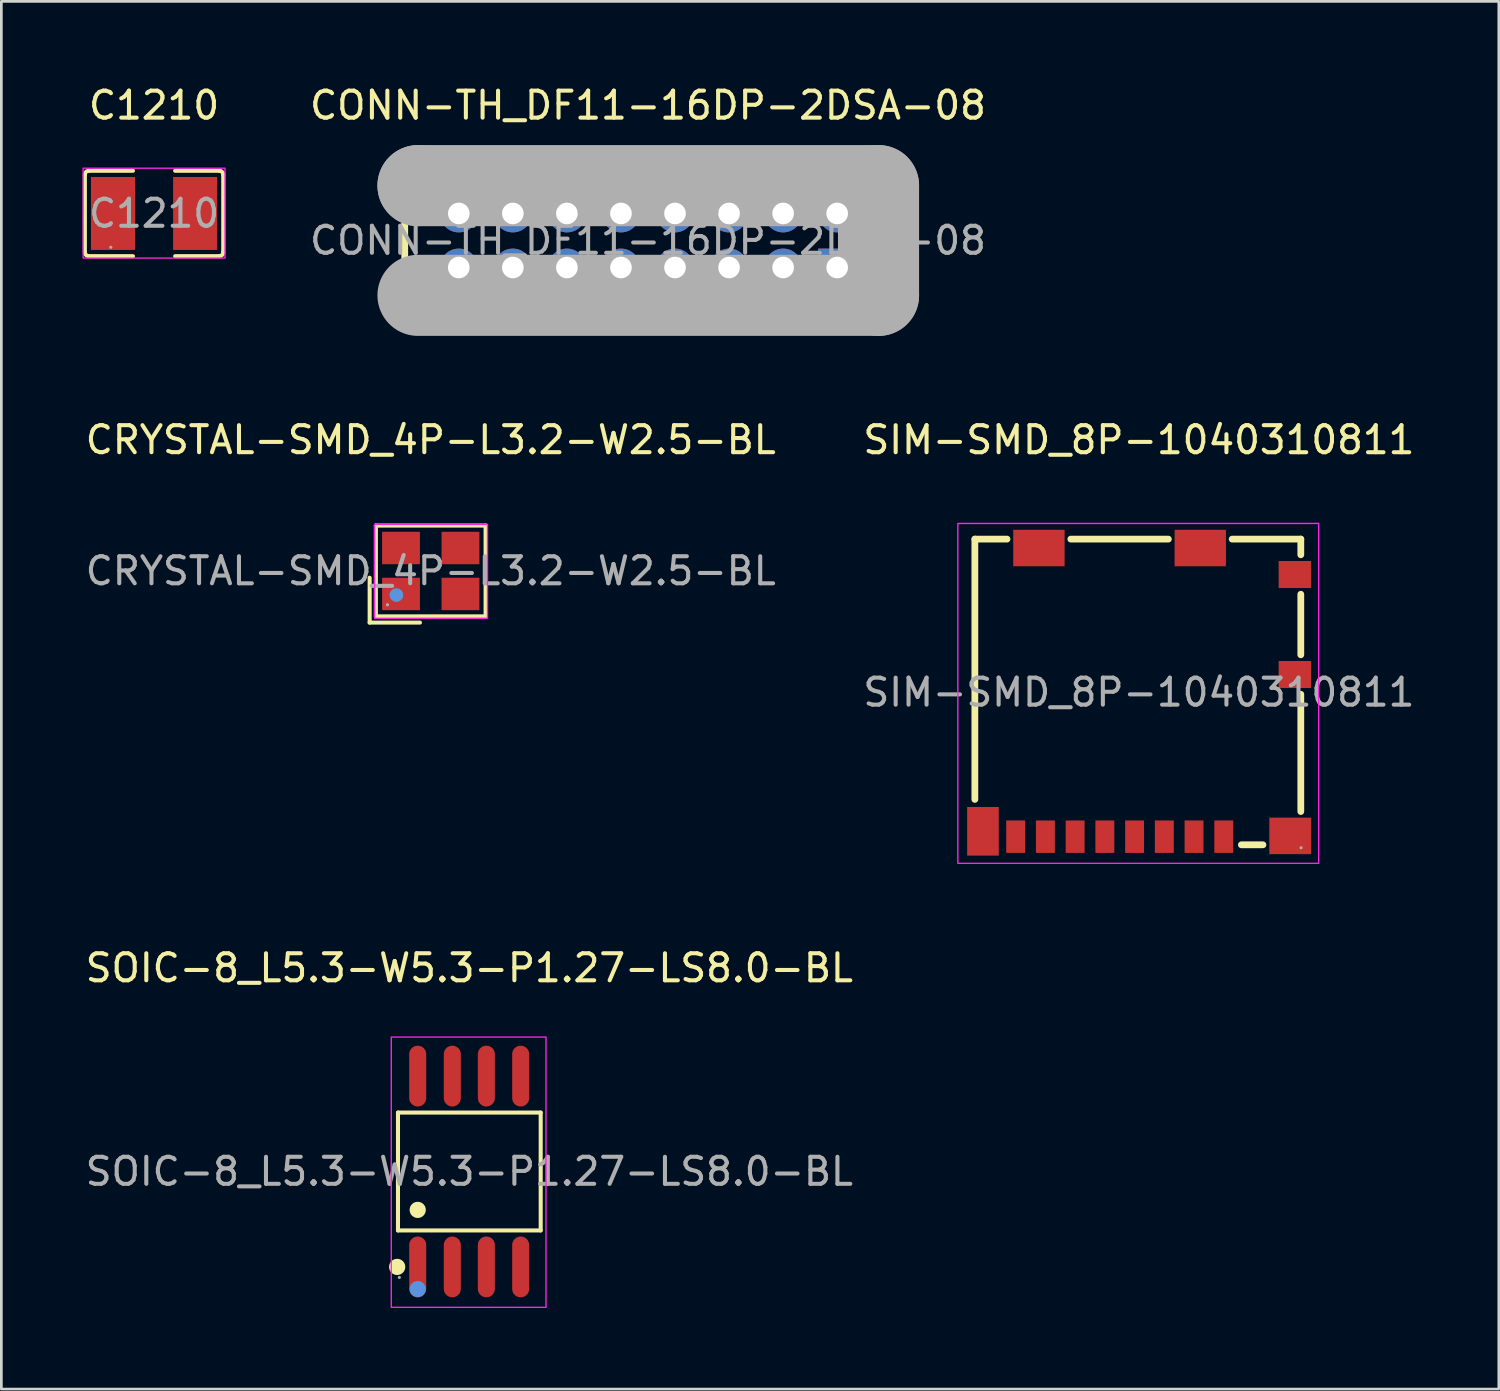
<source format=kicad_pcb>
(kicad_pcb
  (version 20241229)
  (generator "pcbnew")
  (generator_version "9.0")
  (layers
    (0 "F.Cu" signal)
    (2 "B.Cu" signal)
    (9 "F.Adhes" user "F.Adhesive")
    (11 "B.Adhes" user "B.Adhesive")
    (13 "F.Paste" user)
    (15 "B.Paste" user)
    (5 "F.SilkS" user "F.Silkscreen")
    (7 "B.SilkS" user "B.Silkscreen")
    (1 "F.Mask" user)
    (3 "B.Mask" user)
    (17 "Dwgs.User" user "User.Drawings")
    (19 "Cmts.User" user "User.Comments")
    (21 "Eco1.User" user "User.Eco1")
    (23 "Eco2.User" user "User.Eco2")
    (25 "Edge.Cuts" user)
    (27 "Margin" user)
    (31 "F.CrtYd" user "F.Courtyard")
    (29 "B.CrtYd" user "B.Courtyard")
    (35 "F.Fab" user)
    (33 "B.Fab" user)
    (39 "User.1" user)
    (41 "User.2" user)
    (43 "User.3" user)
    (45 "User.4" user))
  (footprint "SOIC-8_L5.3-W5.3-P1.27-LS8.0-BL"
    (layer "F.Cu")
    (at 14.315 40.295)
    (property "Reference" "SOIC-8_L5.3-W5.3-P1.27-LS8.0-BL" (at 0 -7.53 0) (layer "F.SilkS") (effects (font (size 1 1) (thickness 0.15))))
    (attr smd)
    (fp_line (start -2.64 -2.18) (end 2.64 -2.18) (stroke (width 0.15) (type solid)) (layer "F.SilkS"))
    (fp_line (start -2.64 2.18) (end -2.64 -2.18) (stroke (width 0.15) (type solid)) (layer "F.SilkS"))
    (fp_line (start 2.64 -2.18) (end 2.64 2.18) (stroke (width 0.15) (type solid)) (layer "F.SilkS"))
    (fp_line (start 2.64 2.18) (end -2.64 2.18) (stroke (width 0.15) (type solid)) (layer "F.SilkS"))
    (fp_circle (center -2.67 3.53) (end -2.52 3.53) (stroke (width 0.3) (type solid)) (fill no) (layer "F.SilkS"))
    (fp_circle (center -1.91 1.42) (end -1.76 1.42) (stroke (width 0.3) (type solid)) (fill no) (layer "F.SilkS"))
    (fp_circle (center -1.91 4.35) (end -1.76 4.35) (stroke (width 0.3) (type solid)) (fill no) (layer "Cmts.User"))
    (fp_rect (start -2.888 -4.975) (end 2.837 5.025) (stroke (width 0.05) (type default)) (fill no) (layer "F.CrtYd"))
    (fp_circle (center -2.59 3.92) (end -2.56 3.92) (stroke (width 0.06) (type solid)) (fill no) (layer "F.Fab"))
    (fp_text user "${REFERENCE}" (at 0 0 0) (layer "F.Fab") (effects (font (size 1 1) (thickness 0.15))))
    (pad "1" smd oval (at -1.91 3.53) (size 0.63 2.25) (layers "F.Cu" "F.Mask" "F.Paste"))
    (pad "2" smd oval (at -0.63 3.53) (size 0.63 2.25) (layers "F.Cu" "F.Mask" "F.Paste"))
    (pad "3" smd oval (at 0.63 3.53) (size 0.63 2.25) (layers "F.Cu" "F.Mask" "F.Paste"))
    (pad "4" smd oval (at 1.9 3.53) (size 0.63 2.25) (layers "F.Cu" "F.Mask" "F.Paste"))
    (pad "5" smd oval (at 1.9 -3.53) (size 0.63 2.25) (layers "F.Cu" "F.Mask" "F.Paste"))
    (pad "6" smd oval (at 0.63 -3.53) (size 0.63 2.25) (layers "F.Cu" "F.Mask" "F.Paste"))
    (pad "7" smd oval (at -0.63 -3.53) (size 0.63 2.25) (layers "F.Cu" "F.Mask" "F.Paste"))
    (pad "8" smd oval (at -1.91 -3.53) (size 0.63 2.25) (layers "F.Cu" "F.Mask" "F.Paste")))
  (footprint "SIM-SMD_8P-1040310811"
    (layer "F.Cu")
    (at 39.089 22.567)
    (property "Reference" "SIM-SMD_8P-1040310811" (at 0 -9.34 0) (layer "F.SilkS") (effects (font (size 1 1) (thickness 0.15))))
    (attr smd)
    (fp_line (start -6.07 -5.67) (end -4.88 -5.67) (stroke (width 0.25) (type solid)) (layer "F.SilkS"))
    (fp_line (start -6.07 3.96) (end -6.07 -5.67) (stroke (width 0.25) (type solid)) (layer "F.SilkS"))
    (fp_line (start -2.52 -5.67) (end 1.09 -5.67) (stroke (width 0.25) (type solid)) (layer "F.SilkS"))
    (fp_line (start 3.45 -5.67) (end 5.99 -5.67) (stroke (width 0.25) (type solid)) (layer "F.SilkS"))
    (fp_line (start 3.79 5.64) (end 4.59 5.64) (stroke (width 0.25) (type solid)) (layer "F.SilkS"))
    (fp_line (start 5.99 -5.67) (end 5.99 -5.09) (stroke (width 0.25) (type solid)) (layer "F.SilkS"))
    (fp_line (start 5.99 -3.63) (end 5.99 -1.39) (stroke (width 0.25) (type solid)) (layer "F.SilkS"))
    (fp_line (start 5.99 0.07) (end 5.99 4.41) (stroke (width 0.25) (type solid)) (layer "F.SilkS"))
    (fp_rect (start -6.7 -6.25) (end 6.65 6.325) (stroke (width 0.05) (type default)) (fill no) (layer "F.CrtYd"))
    (fp_circle (center 6 5.75) (end 6.03 5.75) (stroke (width 0.06) (type solid)) (fill no) (layer "F.Fab"))
    (fp_text user "${REFERENCE}" (at 0 0 0) (layer "F.Fab") (effects (font (size 1 1) (thickness 0.15))))
    (pad "1" smd rect (at 3.14 5.34) (size 0.7 1.2) (layers "F.Cu" "F.Mask" "F.Paste"))
    (pad "2" smd rect (at 2.04 5.34) (size 0.7 1.2) (layers "F.Cu" "F.Mask" "F.Paste"))
    (pad "3" smd rect (at 0.94 5.34) (size 0.7 1.2) (layers "F.Cu" "F.Mask" "F.Paste"))
    (pad "4" smd rect (at -0.16 5.34) (size 0.7 1.2) (layers "F.Cu" "F.Mask" "F.Paste"))
    (pad "5" smd rect (at -1.26 5.34) (size 0.7 1.2) (layers "F.Cu" "F.Mask" "F.Paste"))
    (pad "6" smd rect (at -2.36 5.34) (size 0.7 1.2) (layers "F.Cu" "F.Mask" "F.Paste"))
    (pad "7" smd rect (at -3.46 5.34) (size 0.7 1.2) (layers "F.Cu" "F.Mask" "F.Paste"))
    (pad "8" smd rect (at -4.56 5.34) (size 0.7 1.2) (layers "F.Cu" "F.Mask" "F.Paste"))
    (pad "9" smd rect (at -5.77 5.14) (size 1.17 1.8) (layers "F.Cu" "F.Mask" "F.Paste"))
    (pad "10" smd rect (at 5.6 5.31) (size 1.55 1.35) (layers "F.Cu" "F.Mask" "F.Paste"))
    (pad "11" smd rect (at 5.77 -0.66) (size 1.2 1) (layers "F.Cu" "F.Mask" "F.Paste"))
    (pad "12" smd rect (at 5.77 -4.36) (size 1.2 1) (layers "F.Cu" "F.Mask" "F.Paste"))
    (pad "13" smd rect (at 2.27 -5.34) (size 1.9 1.35) (layers "F.Cu" "F.Mask" "F.Paste"))
    (pad "14" smd rect (at -3.7 -5.34) (size 1.9 1.35) (layers "F.Cu" "F.Mask" "F.Paste")))
  (footprint "CRYSTAL-SMD_4P-L3.2-W2.5-BL"
    (layer "F.Cu")
    (at 12.887 18.076)
    (property "Reference" "CRYSTAL-SMD_4P-L3.2-W2.5-BL" (at 0 -4.85 0) (layer "F.SilkS") (effects (font (size 1 1) (thickness 0.15))))
    (attr smd)
    (fp_line (start -2.26 0.25) (end -2.26 1.91) (stroke (width 0.15) (type solid)) (layer "F.SilkS"))
    (fp_line (start -2.26 1.91) (end -0.4 1.91) (stroke (width 0.15) (type solid)) (layer "F.SilkS"))
    (fp_line (start -2.03 -1.68) (end 2.03 -1.68) (stroke (width 0.15) (type solid)) (layer "F.SilkS"))
    (fp_line (start -2.03 1.68) (end -2.03 -1.68) (stroke (width 0.15) (type solid)) (layer "F.SilkS"))
    (fp_line (start 2.03 -1.68) (end 2.03 1.68) (stroke (width 0.15) (type solid)) (layer "F.SilkS"))
    (fp_line (start 2.03 1.68) (end -2.03 1.68) (stroke (width 0.15) (type solid)) (layer "F.SilkS"))
    (fp_circle (center -1.27 0.89) (end -1.14 0.89) (stroke (width 0.25) (type solid)) (fill no) (layer "Cmts.User"))
    (fp_rect (start -2.075 -1.725) (end 2.1 1.75) (stroke (width 0.05) (type default)) (fill no) (layer "F.CrtYd"))
    (fp_circle (center -1.6 1.25) (end -1.57 1.25) (stroke (width 0.06) (type solid)) (fill no) (layer "F.Fab"))
    (fp_text user "${REFERENCE}" (at 0 0 0) (layer "F.Fab") (effects (font (size 1 1) (thickness 0.15))))
    (pad "1" smd rect (at -1.1 0.85) (size 1.4 1.2) (layers "F.Cu" "F.Mask" "F.Paste"))
    (pad "2" smd rect (at 1.1 0.85) (size 1.4 1.2) (layers "F.Cu" "F.Mask" "F.Paste"))
    (pad "3" smd rect (at 1.1 -0.85) (size 1.4 1.2) (layers "F.Cu" "F.Mask" "F.Paste"))
    (pad "4" smd rect (at -1.1 -0.85) (size 1.4 1.2) (layers "F.Cu" "F.Mask" "F.Paste")))
  (footprint "CONN-TH_DF11-16DP-2DSA-08"
    (layer "F.Cu")
    (at 20.925 5.848)
    (property "Reference" "CONN-TH_DF11-16DP-2DSA-08" (at 0 -5 0) (layer "F.SilkS") (effects (font (size 1 1) (thickness 0.15))))
    (attr through_hole)
    (fp_line (start -9 -2.5) (end -9 2.5) (stroke (width 0.25) (type solid)) (layer "F.SilkS"))
    (fp_line (start -9 -2.5) (end 9 -2.5) (stroke (width 0.25) (type solid)) (layer "F.SilkS"))
    (fp_line (start -9 2.5) (end 9 2.5) (stroke (width 0.25) (type solid)) (layer "F.SilkS"))
    (fp_line (start -6.6 2.03) (end -6.6 2.5) (stroke (width 0.25) (type solid)) (layer "F.SilkS"))
    (fp_line (start -4.06 2.03) (end -4.06 2.5) (stroke (width 0.25) (type solid)) (layer "F.SilkS"))
    (fp_line (start 4.08 2.03) (end 4.08 2.5) (stroke (width 0.25) (type solid)) (layer "F.SilkS"))
    (fp_line (start 6.62 2.03) (end 6.62 2.5) (stroke (width 0.25) (type solid)) (layer "F.SilkS"))
    (fp_line (start 9 -2.5) (end 9 2.5) (stroke (width 0.25) (type solid)) (layer "F.SilkS"))
    (fp_line (start -8.51 -2.03) (end -8.51 -2.03) (stroke (width 3) (type solid)) (layer "F.Fab"))
    (fp_line (start -8.51 -2.03) (end 8.53 -2.03) (stroke (width 3) (type solid)) (layer "F.Fab"))
    (fp_line (start 8.53 -2.03) (end 8.53 2.03) (stroke (width 3) (type solid)) (layer "F.Fab"))
    (fp_line (start 8.53 2.03) (end -8.51 2.03) (stroke (width 3) (type solid)) (layer "F.Fab"))
    (fp_circle (center 9 2.5) (end 9.03 2.5) (stroke (width 0.06) (type solid)) (fill no) (layer "F.Fab"))
    (fp_text user "${REFERENCE}" (at 0 0 0) (layer "F.Fab") (effects (font (size 1 1) (thickness 0.15))))
    (pad "1" thru_hole rect (at 7 1) (size 1.4 1.4) (drill 0.8) (layers "*.Cu" "*.Mask"))
    (pad "2" thru_hole circle (at 7 -1) (size 1.4 1.4) (drill 0.8) (layers "*.Cu" "*.Mask"))
    (pad "3" thru_hole circle (at 5 1) (size 1.4 1.4) (drill 0.8) (layers "*.Cu" "*.Mask"))
    (pad "4" thru_hole circle (at 5 -1) (size 1.4 1.4) (drill 0.8) (layers "*.Cu" "*.Mask"))
    (pad "5" thru_hole circle (at 3 1) (size 1.4 1.4) (drill 0.8) (layers "*.Cu" "*.Mask"))
    (pad "6" thru_hole circle (at 3 -1) (size 1.4 1.4) (drill 0.8) (layers "*.Cu" "*.Mask"))
    (pad "7" thru_hole circle (at 1 1) (size 1.4 1.4) (drill 0.8) (layers "*.Cu" "*.Mask"))
    (pad "8" thru_hole circle (at 1 -1) (size 1.4 1.4) (drill 0.8) (layers "*.Cu" "*.Mask"))
    (pad "9" thru_hole circle (at -1 1) (size 1.4 1.4) (drill 0.8) (layers "*.Cu" "*.Mask"))
    (pad "10" thru_hole circle (at -1 -1) (size 1.4 1.4) (drill 0.8) (layers "*.Cu" "*.Mask"))
    (pad "11" thru_hole circle (at -3 1) (size 1.4 1.4) (drill 0.8) (layers "*.Cu" "*.Mask"))
    (pad "12" thru_hole circle (at -3 -1) (size 1.4 1.4) (drill 0.8) (layers "*.Cu" "*.Mask"))
    (pad "13" thru_hole circle (at -5 1) (size 1.4 1.4) (drill 0.8) (layers "*.Cu" "*.Mask"))
    (pad "14" thru_hole circle (at -5 -1) (size 1.4 1.4) (drill 0.8) (layers "*.Cu" "*.Mask"))
    (pad "15" thru_hole circle (at -7 1) (size 1.4 1.4) (drill 0.8) (layers "*.Cu" "*.Mask"))
    (pad "16" thru_hole circle (at -7 -1) (size 1.4 1.4) (drill 0.8) (layers "*.Cu" "*.Mask")))
  (footprint "C1210"
    (layer "F.Cu")
    (at 2.65 4.848)
    (property "Reference" "C1210" (at 0 -4 0) (layer "F.SilkS") (effects (font (size 1 1) (thickness 0.15))))
    (attr smd)
    (fp_line (start -2.56 1.43) (end -2.56 -1.43) (stroke (width 0.15) (type solid)) (layer "F.SilkS"))
    (fp_line (start -2.41 -1.58) (end -0.78 -1.58) (stroke (width 0.15) (type solid)) (layer "F.SilkS"))
    (fp_line (start -0.78 1.58) (end -2.41 1.58) (stroke (width 0.15) (type solid)) (layer "F.SilkS"))
    (fp_line (start 0.78 1.58) (end 2.41 1.58) (stroke (width 0.15) (type solid)) (layer "F.SilkS"))
    (fp_line (start 2.41 -1.58) (end 0.78 -1.58) (stroke (width 0.15) (type solid)) (layer "F.SilkS"))
    (fp_line (start 2.56 1.43) (end 2.56 -1.43) (stroke (width 0.15) (type solid)) (layer "F.SilkS"))
    (fp_arc (start -2.56 -1.43) (mid -2.516066 -1.536066) (end -2.41 -1.58) (stroke (width 0.15) (type solid)) (layer "F.SilkS"))
    (fp_arc (start -2.41 1.58) (mid -2.516066 1.536066) (end -2.56 1.43) (stroke (width 0.15) (type solid)) (layer "F.SilkS"))
    (fp_arc (start 2.41 -1.58) (mid 2.516066 -1.536066) (end 2.56 -1.43) (stroke (width 0.15) (type solid)) (layer "F.SilkS"))
    (fp_arc (start 2.56 1.43) (mid 2.516066 1.536066) (end 2.41 1.58) (stroke (width 0.15) (type solid)) (layer "F.SilkS"))
    (fp_rect (start -2.625 -1.675) (end 2.625 1.65) (stroke (width 0.05) (type default)) (fill no) (layer "F.CrtYd"))
    (fp_circle (center -1.6 1.25) (end -1.57 1.25) (stroke (width 0.06) (type solid)) (fill no) (layer "F.Fab"))
    (fp_text user "${REFERENCE}" (at 0 0 0) (layer "F.Fab") (effects (font (size 1 1) (thickness 0.15))))
    (pad "1" smd rect (at -1.52 0) (size 1.63 2.7) (layers "F.Cu" "F.Mask" "F.Paste"))
    (pad "2" smd rect (at 1.52 0) (size 1.63 2.7) (layers "F.Cu" "F.Mask" "F.Paste")))
  (gr_rect
    (start -3 -3)
    (end 52.405 48.345)
    (stroke (width 0.1) (type default))
    (fill no)
    (layer "Edge.Cuts")))
</source>
